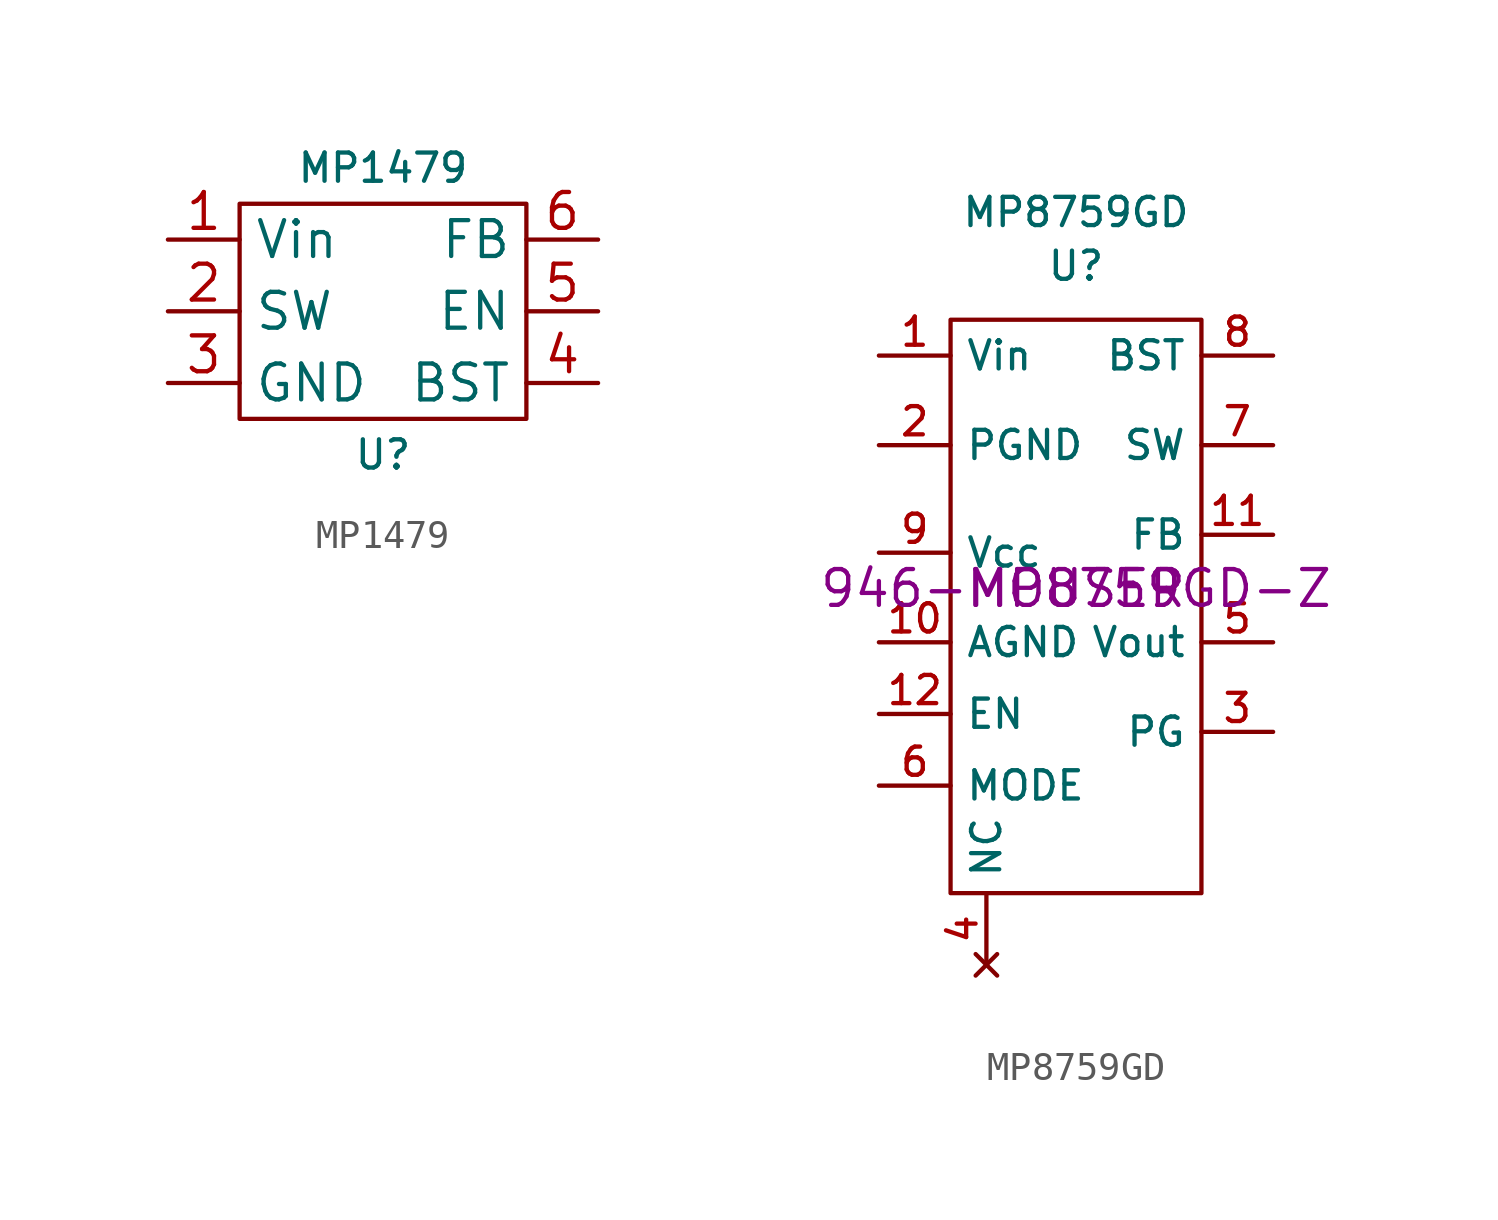
<source format=kicad_sym>
(kicad_symbol_lib
  (version 20211014)
  (generator kicad_symbol_editor)
  (symbol "MP1479"
    (property "Reference" "U"
      (at 0 -5.08 0)
      (effects (font (size 1 1))))
    (property "Value" "MP1479"
      (at 0 5.08 0)
      (effects (font (size 1 1))))
    (symbol "MP1479_0_1"
      (rectangle (start -5.08 3.81) (end 5.08 -3.81) (stroke (width 0.152) (type default) (color 0 0 0 0)) (fill (type none))))
    (symbol "MP1479_1_1"
      (pin power_in line (at -7.62 2.54 0) (length 2.54) (name "Vin" (effects (font (size 1.27 1.27)))) (number "1" (effects (font (size 1.27 1.27)))))
      (pin power_out line (at -7.62 0 0) (length 2.54) (name "SW" (effects (font (size 1.27 1.27)))) (number "2" (effects (font (size 1.27 1.27)))))
      (pin power_in line (at -7.62 -2.54 0) (length 2.54) (name "GND" (effects (font (size 1.27 1.27)))) (number "3" (effects (font (size 1.27 1.27)))))
      (pin power_out line (at 7.62 -2.54 180) (length 2.54) (name "BST" (effects (font (size 1.27 1.27)))) (number "4" (effects (font (size 1.27 1.27)))))
      (pin input line (at 7.62 0 180) (length 2.54) (name "EN" (effects (font (size 1.27 1.27)))) (number "5" (effects (font (size 1.27 1.27)))))
      (pin input line (at 7.62 2.54 180) (length 2.54) (name "FB" (effects (font (size 1.27 1.27)))) (number "6" (effects (font (size 1.27 1.27)))))))
  (symbol "MP8759GD"
    (property "Reference" "U"
      (at 0 11.43 0)
      (effects (font (size 1 1))))
    (property "Value" "MP8759GD"
      (at 0 13.335 0)
      (effects (font (size 1 1))))
    (property "Vendor" "MOUSER"
      (at 0 0 0)
      (effects (font (size 1.27 1.27))))
    (property "SKU" "946-MP8759GD-Z"
      (at 0 0 0)
      (effects (font (size 1.27 1.27))))
    (symbol "MP8759GD_0_1"
      (rectangle (start -4.445 9.525) (end 4.445 -10.795) (stroke (width 0.152) (type default) (color 0 0 0 0)) (fill (type none))))
    (symbol "MP8759GD_1_1"
      (pin power_in line (at -6.985 8.255 0) (length 2.54) (name "Vin" (effects (font (size 1 1)))) (number "1" (effects (font (size 1 1)))))
      (pin power_in line (at -6.985 -1.905 0) (length 2.54) (name "AGND" (effects (font (size 1 1)))) (number "10" (effects (font (size 1 1)))))
      (pin input line (at 6.985 1.905 180) (length 2.54) (name "FB" (effects (font (size 1 1)))) (number "11" (effects (font (size 1 1)))))
      (pin input line (at -6.985 -4.445 0) (length 2.54) (name "EN" (effects (font (size 1 1)))) (number "12" (effects (font (size 1 1)))))
      (pin power_in line (at -6.985 5.08 0) (length 2.54) (name "PGND" (effects (font (size 1 1)))) (number "2" (effects (font (size 1 1)))))
      (pin output line (at 6.985 -5.08 180) (length 2.54) (name "PG" (effects (font (size 1 1)))) (number "3" (effects (font (size 1 1)))))
      (pin no_connect line (at -3.175 -13.335 90) (length 2.54) (name "NC" (effects (font (size 1 1)))) (number "4" (effects (font (size 1 1)))))
      (pin input line (at 6.985 -1.905 180) (length 2.54) (name "Vout" (effects (font (size 1 1)))) (number "5" (effects (font (size 1 1)))))
      (pin input line (at -6.985 -6.985 0) (length 2.54) (name "MODE" (effects (font (size 1 1)))) (number "6" (effects (font (size 1 1)))))
      (pin output line (at 6.985 5.08 180) (length 2.54) (name "SW" (effects (font (size 1 1)))) (number "7" (effects (font (size 1 1)))))
      (pin passive line (at 6.985 8.255 180) (length 2.54) (name "BST" (effects (font (size 1 1)))) (number "8" (effects (font (size 1 1)))))
      (pin power_in line (at -6.985 1.27 0) (length 2.54) (name "Vcc" (effects (font (size 1 1)))) (number "9" (effects (font (size 1 1))))))))
</source>
